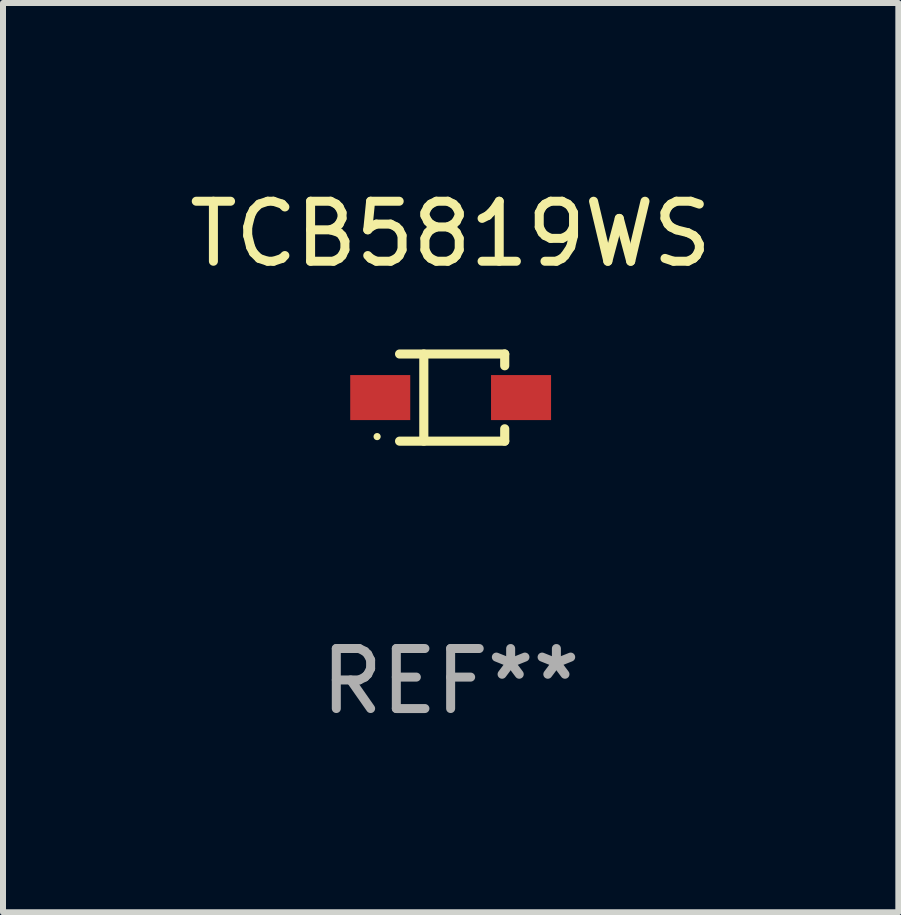
<source format=kicad_pcb>
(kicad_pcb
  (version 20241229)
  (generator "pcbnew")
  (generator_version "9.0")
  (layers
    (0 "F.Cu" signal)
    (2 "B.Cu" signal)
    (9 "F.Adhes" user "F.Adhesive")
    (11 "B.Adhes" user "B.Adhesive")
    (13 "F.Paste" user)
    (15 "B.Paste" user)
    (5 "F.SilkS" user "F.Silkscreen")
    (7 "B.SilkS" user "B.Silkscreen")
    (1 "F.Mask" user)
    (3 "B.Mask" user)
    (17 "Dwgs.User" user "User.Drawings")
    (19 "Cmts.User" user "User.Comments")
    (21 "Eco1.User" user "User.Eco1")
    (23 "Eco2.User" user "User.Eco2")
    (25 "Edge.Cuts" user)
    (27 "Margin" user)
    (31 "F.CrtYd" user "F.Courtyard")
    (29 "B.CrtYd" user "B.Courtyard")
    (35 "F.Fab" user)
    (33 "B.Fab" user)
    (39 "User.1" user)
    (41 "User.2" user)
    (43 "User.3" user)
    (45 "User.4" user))
  (footprint "TCB5819WS"
    (layer "F.Cu")
    (at 4.458 3.574)
    (property "Reference" "TCB5819WS" (at 0 -2.726 0) (layer "F.SilkS") (effects (font (size 1 1) (thickness 0.15))))
    (attr through_hole)
    (fp_line (start -0.851 -0.726) (end 0.901 -0.726) (stroke (width 0.152) (type solid)) (layer "F.SilkS"))
    (fp_line (start -0.851 0.726) (end 0.901 0.726) (stroke (width 0.152) (type solid)) (layer "F.SilkS"))
    (fp_line (start -0.447 -0.726) (end -0.447 0.726) (stroke (width 0.152) (type solid)) (layer "F.SilkS"))
    (fp_line (start 0.901 -0.726) (end 0.901 -0.53) (stroke (width 0.152) (type solid)) (layer "F.SilkS"))
    (fp_line (start 0.901 0.726) (end 0.901 0.52) (stroke (width 0.152) (type solid)) (layer "F.SilkS"))
    (fp_circle (center -1.225 0.65) (end -1.195 0.65) (stroke (width 0.06) (type solid)) (fill no) (layer "F.SilkS"))
    (fp_text user "REF**" (at 0 4.726 0) (layer "F.Fab") (effects (font (size 1 1) (thickness 0.15))))
    (pad "1" smd rect (at -1.173 0) (size 1 0.75) (layers "F.Cu" "F.Mask" "F.Paste"))
    (pad "2" smd rect (at 1.173 0) (size 1 0.75) (layers "F.Cu" "F.Mask" "F.Paste")))
  (gr_rect
    (start -3 -3)
    (end 11.917 12.149)
    (stroke (width 0.1) (type default))
    (fill no)
    (layer "Edge.Cuts")))
</source>
